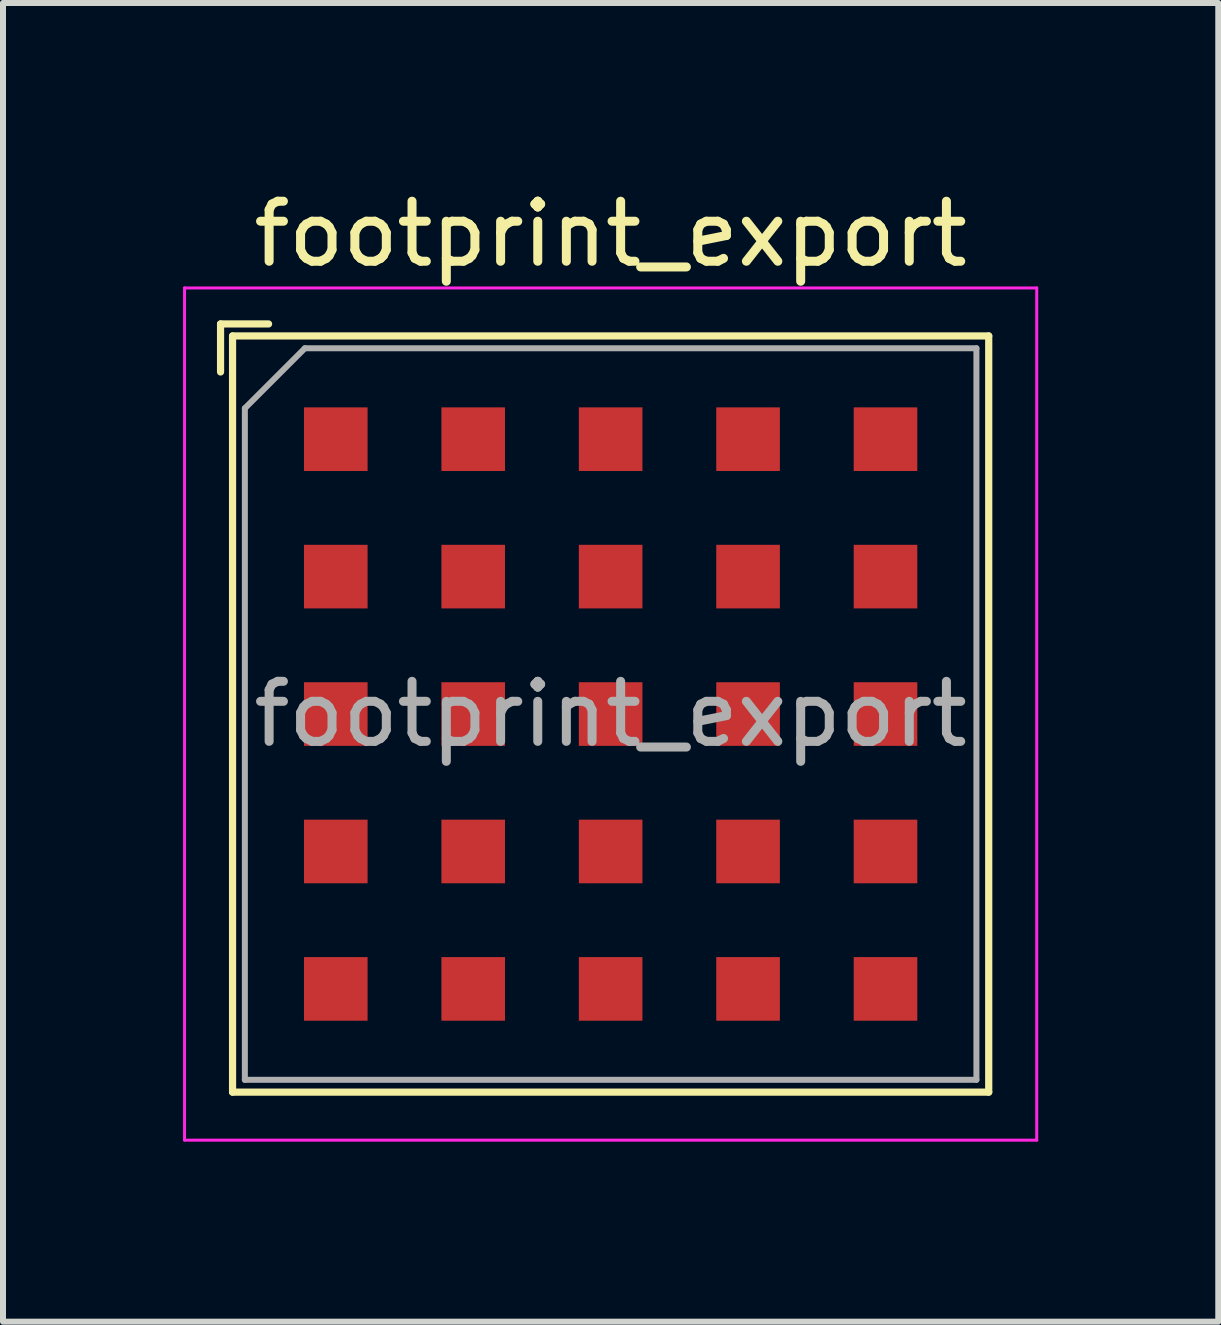
<source format=kicad_pcb>
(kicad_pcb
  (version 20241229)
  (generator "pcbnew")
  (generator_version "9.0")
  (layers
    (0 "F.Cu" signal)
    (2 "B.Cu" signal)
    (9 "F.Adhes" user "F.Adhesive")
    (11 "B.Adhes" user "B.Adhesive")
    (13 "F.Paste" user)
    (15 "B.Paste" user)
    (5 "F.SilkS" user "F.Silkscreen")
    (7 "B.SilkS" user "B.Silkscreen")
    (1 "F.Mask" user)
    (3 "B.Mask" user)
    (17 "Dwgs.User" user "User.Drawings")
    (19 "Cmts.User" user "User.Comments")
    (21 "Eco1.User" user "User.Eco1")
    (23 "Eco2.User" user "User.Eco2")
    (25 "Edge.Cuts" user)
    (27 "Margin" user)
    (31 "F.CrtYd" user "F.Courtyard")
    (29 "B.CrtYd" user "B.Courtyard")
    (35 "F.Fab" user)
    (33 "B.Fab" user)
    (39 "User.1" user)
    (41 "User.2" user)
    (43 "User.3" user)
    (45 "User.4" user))
  (footprint "footprint_export"
    (layer "F.Cu")
    (at 7.125 8.848)
    (property "Reference" "footprint_export" (at 0 -8 0) (layer "F.SilkS") (effects (font (size 1 1) (thickness 0.15))))
    (attr smd)
    (fp_line (start -6.5 -6.5) (end -6.5 -5.7) (stroke (width 0.12) (type solid)) (layer "F.SilkS"))
    (fp_line (start -6.3 -6.3) (end 6.3 -6.3) (stroke (width 0.12) (type solid)) (layer "F.SilkS"))
    (fp_line (start -6.3 6.3) (end -6.3 -6.3) (stroke (width 0.12) (type solid)) (layer "F.SilkS"))
    (fp_line (start -5.7 -6.5) (end -6.5 -6.5) (stroke (width 0.12) (type solid)) (layer "F.SilkS"))
    (fp_line (start 6.3 -6.3) (end 6.3 6.3) (stroke (width 0.12) (type solid)) (layer "F.SilkS"))
    (fp_line (start 6.3 6.3) (end -6.3 6.3) (stroke (width 0.12) (type solid)) (layer "F.SilkS"))
    (fp_line (start -7.1 -7.1) (end -7.1 7.1) (stroke (width 0.05) (type solid)) (layer "F.CrtYd"))
    (fp_line (start -7.1 -7.1) (end 7.1 -7.1) (stroke (width 0.05) (type solid)) (layer "F.CrtYd"))
    (fp_line (start 7.1 7.1) (end -7.1 7.1) (stroke (width 0.05) (type solid)) (layer "F.CrtYd"))
    (fp_line (start 7.1 7.1) (end 7.1 -7.1) (stroke (width 0.05) (type solid)) (layer "F.CrtYd"))
    (fp_line (start -6.095 -5.095) (end -5.095 -6.095) (stroke (width 0.1) (type solid)) (layer "F.Fab"))
    (fp_line (start -6.095 6.095) (end -6.095 -5.095) (stroke (width 0.1) (type solid)) (layer "F.Fab"))
    (fp_line (start -5.095 -6.095) (end 6.095 -6.095) (stroke (width 0.1) (type solid)) (layer "F.Fab"))
    (fp_line (start 6.095 -6.095) (end 6.095 6.095) (stroke (width 0.1) (type solid)) (layer "F.Fab"))
    (fp_line (start 6.095 6.095) (end -6.095 6.095) (stroke (width 0.1) (type solid)) (layer "F.Fab"))
    (fp_text user "${REFERENCE}" (at 0 0 0) (layer "F.Fab") (effects (font (size 1 1) (thickness 0.15))))
    (pad "A1" smd rect (at -4.58 -4.58) (size 1.06 1.06) (layers "F.Cu" "F.Mask" "F.Paste"))
    (pad "A2" smd rect (at -2.29 -4.58) (size 1.06 1.06) (layers "F.Cu" "F.Mask" "F.Paste"))
    (pad "A3" smd rect (at 0 -4.58) (size 1.06 1.06) (layers "F.Cu" "F.Mask" "F.Paste"))
    (pad "A4" smd rect (at 2.29 -4.58) (size 1.06 1.06) (layers "F.Cu" "F.Mask" "F.Paste"))
    (pad "A5" smd rect (at 4.58 -4.58) (size 1.06 1.06) (layers "F.Cu" "F.Mask" "F.Paste"))
    (pad "B1" smd rect (at -4.58 -2.29) (size 1.06 1.06) (layers "F.Cu" "F.Mask" "F.Paste"))
    (pad "B2" smd rect (at -2.29 -2.29) (size 1.06 1.06) (layers "F.Cu" "F.Mask" "F.Paste"))
    (pad "B3" smd rect (at 0 -2.29) (size 1.06 1.06) (layers "F.Cu" "F.Mask" "F.Paste"))
    (pad "B4" smd rect (at 2.29 -2.29) (size 1.06 1.06) (layers "F.Cu" "F.Mask" "F.Paste"))
    (pad "B5" smd rect (at 4.58 -2.29) (size 1.06 1.06) (layers "F.Cu" "F.Mask" "F.Paste"))
    (pad "C1" smd rect (at -4.58 0) (size 1.06 1.06) (layers "F.Cu" "F.Mask" "F.Paste"))
    (pad "C2" smd rect (at -2.29 0) (size 1.06 1.06) (layers "F.Cu" "F.Mask" "F.Paste"))
    (pad "C3" smd rect (at 0 0) (size 1.06 1.06) (layers "F.Cu" "F.Mask" "F.Paste"))
    (pad "C4" smd rect (at 2.29 0) (size 1.06 1.06) (layers "F.Cu" "F.Mask" "F.Paste"))
    (pad "C5" smd rect (at 4.58 0) (size 1.06 1.06) (layers "F.Cu" "F.Mask" "F.Paste"))
    (pad "D1" smd rect (at -4.58 2.29) (size 1.06 1.06) (layers "F.Cu" "F.Mask" "F.Paste"))
    (pad "D2" smd rect (at -2.29 2.29) (size 1.06 1.06) (layers "F.Cu" "F.Mask" "F.Paste"))
    (pad "D3" smd rect (at 0 2.29) (size 1.06 1.06) (layers "F.Cu" "F.Mask" "F.Paste"))
    (pad "D4" smd rect (at 2.29 2.29) (size 1.06 1.06) (layers "F.Cu" "F.Mask" "F.Paste"))
    (pad "D5" smd rect (at 4.58 2.29) (size 1.06 1.06) (layers "F.Cu" "F.Mask" "F.Paste"))
    (pad "E1" smd rect (at -4.58 4.58) (size 1.06 1.06) (layers "F.Cu" "F.Mask" "F.Paste"))
    (pad "E2" smd rect (at -2.29 4.58) (size 1.06 1.06) (layers "F.Cu" "F.Mask" "F.Paste"))
    (pad "E3" smd rect (at 0 4.58) (size 1.06 1.06) (layers "F.Cu" "F.Mask" "F.Paste"))
    (pad "E4" smd rect (at 2.29 4.58) (size 1.06 1.06) (layers "F.Cu" "F.Mask" "F.Paste"))
    (pad "E5" smd rect (at 4.58 4.58) (size 1.06 1.06) (layers "F.Cu" "F.Mask" "F.Paste")))
  (gr_rect
    (start -3 -3)
    (end 17.25 18.973)
    (stroke (width 0.1) (type default))
    (fill no)
    (layer "Edge.Cuts")))
</source>
